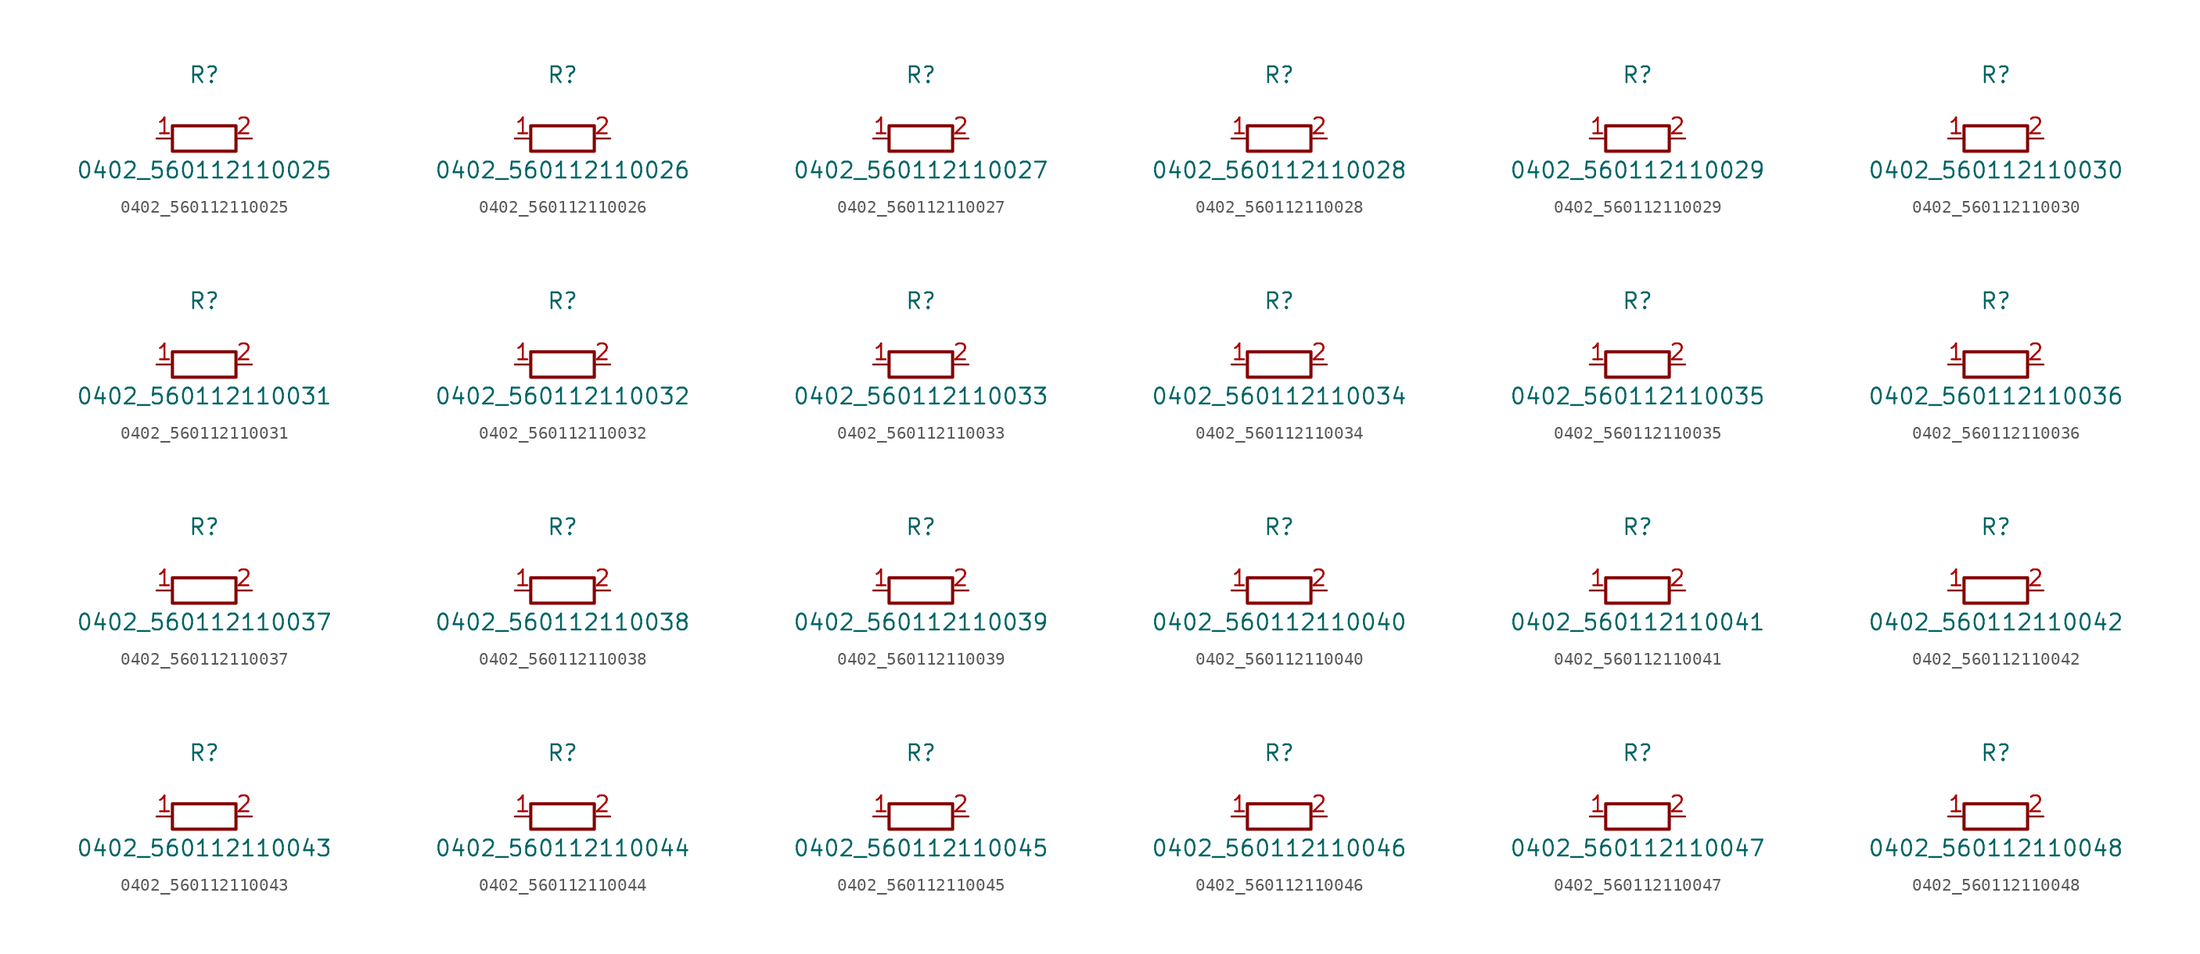
<source format=kicad_sym>
(kicad_symbol_lib
  (version 20220914)
  (generator kicad_symbol_editor)
  (symbol "0402_560112110025"
    (pin_names hide)
    (property "Reference" "R"
      (at 0 5.08 0)
      (effects (font (size 1.27 1.27))))
    (property "Value" "0402_560112110025"
      (at 0 -2.54 0)
      (effects (font (size 1.27 1.27))))
    (symbol "0402_560112110025_0_1"
      (rectangle (start -2.54 -1.016) (end 2.54 1.016) (stroke (width 0.254) (type default)) (fill (type none))))
    (symbol "0402_560112110025_1_1"
      (pin passive line (at -3.81 0 0) (length 1.27) (name "~" (effects (font (size 1.27 1.27)))) (number "1" (effects (font (size 1.27 1.27)))))
      (pin passive line (at 3.81 0 180) (length 1.27) (name "~" (effects (font (size 1.27 1.27)))) (number "2" (effects (font (size 1.27 1.27)))))))
  (symbol "0402_560112110026"
    (pin_names hide)
    (property "Reference" "R"
      (at 0 5.08 0)
      (effects (font (size 1.27 1.27))))
    (property "Value" "0402_560112110026"
      (at 0 -2.54 0)
      (effects (font (size 1.27 1.27))))
    (symbol "0402_560112110026_0_1"
      (rectangle (start -2.54 -1.016) (end 2.54 1.016) (stroke (width 0.254) (type default)) (fill (type none))))
    (symbol "0402_560112110026_1_1"
      (pin passive line (at -3.81 0 0) (length 1.27) (name "~" (effects (font (size 1.27 1.27)))) (number "1" (effects (font (size 1.27 1.27)))))
      (pin passive line (at 3.81 0 180) (length 1.27) (name "~" (effects (font (size 1.27 1.27)))) (number "2" (effects (font (size 1.27 1.27)))))))
  (symbol "0402_560112110027"
    (pin_names hide)
    (property "Reference" "R"
      (at 0 5.08 0)
      (effects (font (size 1.27 1.27))))
    (property "Value" "0402_560112110027"
      (at 0 -2.54 0)
      (effects (font (size 1.27 1.27))))
    (symbol "0402_560112110027_0_1"
      (rectangle (start -2.54 -1.016) (end 2.54 1.016) (stroke (width 0.254) (type default)) (fill (type none))))
    (symbol "0402_560112110027_1_1"
      (pin passive line (at -3.81 0 0) (length 1.27) (name "~" (effects (font (size 1.27 1.27)))) (number "1" (effects (font (size 1.27 1.27)))))
      (pin passive line (at 3.81 0 180) (length 1.27) (name "~" (effects (font (size 1.27 1.27)))) (number "2" (effects (font (size 1.27 1.27)))))))
  (symbol "0402_560112110028"
    (pin_names hide)
    (property "Reference" "R"
      (at 0 5.08 0)
      (effects (font (size 1.27 1.27))))
    (property "Value" "0402_560112110028"
      (at 0 -2.54 0)
      (effects (font (size 1.27 1.27))))
    (symbol "0402_560112110028_0_1"
      (rectangle (start -2.54 -1.016) (end 2.54 1.016) (stroke (width 0.254) (type default)) (fill (type none))))
    (symbol "0402_560112110028_1_1"
      (pin passive line (at -3.81 0 0) (length 1.27) (name "~" (effects (font (size 1.27 1.27)))) (number "1" (effects (font (size 1.27 1.27)))))
      (pin passive line (at 3.81 0 180) (length 1.27) (name "~" (effects (font (size 1.27 1.27)))) (number "2" (effects (font (size 1.27 1.27)))))))
  (symbol "0402_560112110029"
    (pin_names hide)
    (property "Reference" "R"
      (at 0 5.08 0)
      (effects (font (size 1.27 1.27))))
    (property "Value" "0402_560112110029"
      (at 0 -2.54 0)
      (effects (font (size 1.27 1.27))))
    (symbol "0402_560112110029_0_1"
      (rectangle (start -2.54 -1.016) (end 2.54 1.016) (stroke (width 0.254) (type default)) (fill (type none))))
    (symbol "0402_560112110029_1_1"
      (pin passive line (at -3.81 0 0) (length 1.27) (name "~" (effects (font (size 1.27 1.27)))) (number "1" (effects (font (size 1.27 1.27)))))
      (pin passive line (at 3.81 0 180) (length 1.27) (name "~" (effects (font (size 1.27 1.27)))) (number "2" (effects (font (size 1.27 1.27)))))))
  (symbol "0402_560112110030"
    (pin_names hide)
    (property "Reference" "R"
      (at 0 5.08 0)
      (effects (font (size 1.27 1.27))))
    (property "Value" "0402_560112110030"
      (at 0 -2.54 0)
      (effects (font (size 1.27 1.27))))
    (symbol "0402_560112110030_0_1"
      (rectangle (start -2.54 -1.016) (end 2.54 1.016) (stroke (width 0.254) (type default)) (fill (type none))))
    (symbol "0402_560112110030_1_1"
      (pin passive line (at -3.81 0 0) (length 1.27) (name "~" (effects (font (size 1.27 1.27)))) (number "1" (effects (font (size 1.27 1.27)))))
      (pin passive line (at 3.81 0 180) (length 1.27) (name "~" (effects (font (size 1.27 1.27)))) (number "2" (effects (font (size 1.27 1.27)))))))
  (symbol "0402_560112110031"
    (pin_names hide)
    (property "Reference" "R"
      (at 0 5.08 0)
      (effects (font (size 1.27 1.27))))
    (property "Value" "0402_560112110031"
      (at 0 -2.54 0)
      (effects (font (size 1.27 1.27))))
    (symbol "0402_560112110031_0_1"
      (rectangle (start -2.54 -1.016) (end 2.54 1.016) (stroke (width 0.254) (type default)) (fill (type none))))
    (symbol "0402_560112110031_1_1"
      (pin passive line (at -3.81 0 0) (length 1.27) (name "~" (effects (font (size 1.27 1.27)))) (number "1" (effects (font (size 1.27 1.27)))))
      (pin passive line (at 3.81 0 180) (length 1.27) (name "~" (effects (font (size 1.27 1.27)))) (number "2" (effects (font (size 1.27 1.27)))))))
  (symbol "0402_560112110032"
    (pin_names hide)
    (property "Reference" "R"
      (at 0 5.08 0)
      (effects (font (size 1.27 1.27))))
    (property "Value" "0402_560112110032"
      (at 0 -2.54 0)
      (effects (font (size 1.27 1.27))))
    (symbol "0402_560112110032_0_1"
      (rectangle (start -2.54 -1.016) (end 2.54 1.016) (stroke (width 0.254) (type default)) (fill (type none))))
    (symbol "0402_560112110032_1_1"
      (pin passive line (at -3.81 0 0) (length 1.27) (name "~" (effects (font (size 1.27 1.27)))) (number "1" (effects (font (size 1.27 1.27)))))
      (pin passive line (at 3.81 0 180) (length 1.27) (name "~" (effects (font (size 1.27 1.27)))) (number "2" (effects (font (size 1.27 1.27)))))))
  (symbol "0402_560112110033"
    (pin_names hide)
    (property "Reference" "R"
      (at 0 5.08 0)
      (effects (font (size 1.27 1.27))))
    (property "Value" "0402_560112110033"
      (at 0 -2.54 0)
      (effects (font (size 1.27 1.27))))
    (symbol "0402_560112110033_0_1"
      (rectangle (start -2.54 -1.016) (end 2.54 1.016) (stroke (width 0.254) (type default)) (fill (type none))))
    (symbol "0402_560112110033_1_1"
      (pin passive line (at -3.81 0 0) (length 1.27) (name "~" (effects (font (size 1.27 1.27)))) (number "1" (effects (font (size 1.27 1.27)))))
      (pin passive line (at 3.81 0 180) (length 1.27) (name "~" (effects (font (size 1.27 1.27)))) (number "2" (effects (font (size 1.27 1.27)))))))
  (symbol "0402_560112110034"
    (pin_names hide)
    (property "Reference" "R"
      (at 0 5.08 0)
      (effects (font (size 1.27 1.27))))
    (property "Value" "0402_560112110034"
      (at 0 -2.54 0)
      (effects (font (size 1.27 1.27))))
    (symbol "0402_560112110034_0_1"
      (rectangle (start -2.54 -1.016) (end 2.54 1.016) (stroke (width 0.254) (type default)) (fill (type none))))
    (symbol "0402_560112110034_1_1"
      (pin passive line (at -3.81 0 0) (length 1.27) (name "~" (effects (font (size 1.27 1.27)))) (number "1" (effects (font (size 1.27 1.27)))))
      (pin passive line (at 3.81 0 180) (length 1.27) (name "~" (effects (font (size 1.27 1.27)))) (number "2" (effects (font (size 1.27 1.27)))))))
  (symbol "0402_560112110035"
    (pin_names hide)
    (property "Reference" "R"
      (at 0 5.08 0)
      (effects (font (size 1.27 1.27))))
    (property "Value" "0402_560112110035"
      (at 0 -2.54 0)
      (effects (font (size 1.27 1.27))))
    (symbol "0402_560112110035_0_1"
      (rectangle (start -2.54 -1.016) (end 2.54 1.016) (stroke (width 0.254) (type default)) (fill (type none))))
    (symbol "0402_560112110035_1_1"
      (pin passive line (at -3.81 0 0) (length 1.27) (name "~" (effects (font (size 1.27 1.27)))) (number "1" (effects (font (size 1.27 1.27)))))
      (pin passive line (at 3.81 0 180) (length 1.27) (name "~" (effects (font (size 1.27 1.27)))) (number "2" (effects (font (size 1.27 1.27)))))))
  (symbol "0402_560112110036"
    (pin_names hide)
    (property "Reference" "R"
      (at 0 5.08 0)
      (effects (font (size 1.27 1.27))))
    (property "Value" "0402_560112110036"
      (at 0 -2.54 0)
      (effects (font (size 1.27 1.27))))
    (symbol "0402_560112110036_0_1"
      (rectangle (start -2.54 -1.016) (end 2.54 1.016) (stroke (width 0.254) (type default)) (fill (type none))))
    (symbol "0402_560112110036_1_1"
      (pin passive line (at -3.81 0 0) (length 1.27) (name "~" (effects (font (size 1.27 1.27)))) (number "1" (effects (font (size 1.27 1.27)))))
      (pin passive line (at 3.81 0 180) (length 1.27) (name "~" (effects (font (size 1.27 1.27)))) (number "2" (effects (font (size 1.27 1.27)))))))
  (symbol "0402_560112110037"
    (pin_names hide)
    (property "Reference" "R"
      (at 0 5.08 0)
      (effects (font (size 1.27 1.27))))
    (property "Value" "0402_560112110037"
      (at 0 -2.54 0)
      (effects (font (size 1.27 1.27))))
    (symbol "0402_560112110037_0_1"
      (rectangle (start -2.54 -1.016) (end 2.54 1.016) (stroke (width 0.254) (type default)) (fill (type none))))
    (symbol "0402_560112110037_1_1"
      (pin passive line (at -3.81 0 0) (length 1.27) (name "~" (effects (font (size 1.27 1.27)))) (number "1" (effects (font (size 1.27 1.27)))))
      (pin passive line (at 3.81 0 180) (length 1.27) (name "~" (effects (font (size 1.27 1.27)))) (number "2" (effects (font (size 1.27 1.27)))))))
  (symbol "0402_560112110038"
    (pin_names hide)
    (property "Reference" "R"
      (at 0 5.08 0)
      (effects (font (size 1.27 1.27))))
    (property "Value" "0402_560112110038"
      (at 0 -2.54 0)
      (effects (font (size 1.27 1.27))))
    (symbol "0402_560112110038_0_1"
      (rectangle (start -2.54 -1.016) (end 2.54 1.016) (stroke (width 0.254) (type default)) (fill (type none))))
    (symbol "0402_560112110038_1_1"
      (pin passive line (at -3.81 0 0) (length 1.27) (name "~" (effects (font (size 1.27 1.27)))) (number "1" (effects (font (size 1.27 1.27)))))
      (pin passive line (at 3.81 0 180) (length 1.27) (name "~" (effects (font (size 1.27 1.27)))) (number "2" (effects (font (size 1.27 1.27)))))))
  (symbol "0402_560112110039"
    (pin_names hide)
    (property "Reference" "R"
      (at 0 5.08 0)
      (effects (font (size 1.27 1.27))))
    (property "Value" "0402_560112110039"
      (at 0 -2.54 0)
      (effects (font (size 1.27 1.27))))
    (symbol "0402_560112110039_0_1"
      (rectangle (start -2.54 -1.016) (end 2.54 1.016) (stroke (width 0.254) (type default)) (fill (type none))))
    (symbol "0402_560112110039_1_1"
      (pin passive line (at -3.81 0 0) (length 1.27) (name "~" (effects (font (size 1.27 1.27)))) (number "1" (effects (font (size 1.27 1.27)))))
      (pin passive line (at 3.81 0 180) (length 1.27) (name "~" (effects (font (size 1.27 1.27)))) (number "2" (effects (font (size 1.27 1.27)))))))
  (symbol "0402_560112110040"
    (pin_names hide)
    (property "Reference" "R"
      (at 0 5.08 0)
      (effects (font (size 1.27 1.27))))
    (property "Value" "0402_560112110040"
      (at 0 -2.54 0)
      (effects (font (size 1.27 1.27))))
    (symbol "0402_560112110040_0_1"
      (rectangle (start -2.54 -1.016) (end 2.54 1.016) (stroke (width 0.254) (type default)) (fill (type none))))
    (symbol "0402_560112110040_1_1"
      (pin passive line (at -3.81 0 0) (length 1.27) (name "~" (effects (font (size 1.27 1.27)))) (number "1" (effects (font (size 1.27 1.27)))))
      (pin passive line (at 3.81 0 180) (length 1.27) (name "~" (effects (font (size 1.27 1.27)))) (number "2" (effects (font (size 1.27 1.27)))))))
  (symbol "0402_560112110041"
    (pin_names hide)
    (property "Reference" "R"
      (at 0 5.08 0)
      (effects (font (size 1.27 1.27))))
    (property "Value" "0402_560112110041"
      (at 0 -2.54 0)
      (effects (font (size 1.27 1.27))))
    (symbol "0402_560112110041_0_1"
      (rectangle (start -2.54 -1.016) (end 2.54 1.016) (stroke (width 0.254) (type default)) (fill (type none))))
    (symbol "0402_560112110041_1_1"
      (pin passive line (at -3.81 0 0) (length 1.27) (name "~" (effects (font (size 1.27 1.27)))) (number "1" (effects (font (size 1.27 1.27)))))
      (pin passive line (at 3.81 0 180) (length 1.27) (name "~" (effects (font (size 1.27 1.27)))) (number "2" (effects (font (size 1.27 1.27)))))))
  (symbol "0402_560112110042"
    (pin_names hide)
    (property "Reference" "R"
      (at 0 5.08 0)
      (effects (font (size 1.27 1.27))))
    (property "Value" "0402_560112110042"
      (at 0 -2.54 0)
      (effects (font (size 1.27 1.27))))
    (symbol "0402_560112110042_0_1"
      (rectangle (start -2.54 -1.016) (end 2.54 1.016) (stroke (width 0.254) (type default)) (fill (type none))))
    (symbol "0402_560112110042_1_1"
      (pin passive line (at -3.81 0 0) (length 1.27) (name "~" (effects (font (size 1.27 1.27)))) (number "1" (effects (font (size 1.27 1.27)))))
      (pin passive line (at 3.81 0 180) (length 1.27) (name "~" (effects (font (size 1.27 1.27)))) (number "2" (effects (font (size 1.27 1.27)))))))
  (symbol "0402_560112110043"
    (pin_names hide)
    (property "Reference" "R"
      (at 0 5.08 0)
      (effects (font (size 1.27 1.27))))
    (property "Value" "0402_560112110043"
      (at 0 -2.54 0)
      (effects (font (size 1.27 1.27))))
    (symbol "0402_560112110043_0_1"
      (rectangle (start -2.54 -1.016) (end 2.54 1.016) (stroke (width 0.254) (type default)) (fill (type none))))
    (symbol "0402_560112110043_1_1"
      (pin passive line (at -3.81 0 0) (length 1.27) (name "~" (effects (font (size 1.27 1.27)))) (number "1" (effects (font (size 1.27 1.27)))))
      (pin passive line (at 3.81 0 180) (length 1.27) (name "~" (effects (font (size 1.27 1.27)))) (number "2" (effects (font (size 1.27 1.27)))))))
  (symbol "0402_560112110044"
    (pin_names hide)
    (property "Reference" "R"
      (at 0 5.08 0)
      (effects (font (size 1.27 1.27))))
    (property "Value" "0402_560112110044"
      (at 0 -2.54 0)
      (effects (font (size 1.27 1.27))))
    (symbol "0402_560112110044_0_1"
      (rectangle (start -2.54 -1.016) (end 2.54 1.016) (stroke (width 0.254) (type default)) (fill (type none))))
    (symbol "0402_560112110044_1_1"
      (pin passive line (at -3.81 0 0) (length 1.27) (name "~" (effects (font (size 1.27 1.27)))) (number "1" (effects (font (size 1.27 1.27)))))
      (pin passive line (at 3.81 0 180) (length 1.27) (name "~" (effects (font (size 1.27 1.27)))) (number "2" (effects (font (size 1.27 1.27)))))))
  (symbol "0402_560112110045"
    (pin_names hide)
    (property "Reference" "R"
      (at 0 5.08 0)
      (effects (font (size 1.27 1.27))))
    (property "Value" "0402_560112110045"
      (at 0 -2.54 0)
      (effects (font (size 1.27 1.27))))
    (symbol "0402_560112110045_0_1"
      (rectangle (start -2.54 -1.016) (end 2.54 1.016) (stroke (width 0.254) (type default)) (fill (type none))))
    (symbol "0402_560112110045_1_1"
      (pin passive line (at -3.81 0 0) (length 1.27) (name "~" (effects (font (size 1.27 1.27)))) (number "1" (effects (font (size 1.27 1.27)))))
      (pin passive line (at 3.81 0 180) (length 1.27) (name "~" (effects (font (size 1.27 1.27)))) (number "2" (effects (font (size 1.27 1.27)))))))
  (symbol "0402_560112110046"
    (pin_names hide)
    (property "Reference" "R"
      (at 0 5.08 0)
      (effects (font (size 1.27 1.27))))
    (property "Value" "0402_560112110046"
      (at 0 -2.54 0)
      (effects (font (size 1.27 1.27))))
    (symbol "0402_560112110046_0_1"
      (rectangle (start -2.54 -1.016) (end 2.54 1.016) (stroke (width 0.254) (type default)) (fill (type none))))
    (symbol "0402_560112110046_1_1"
      (pin passive line (at -3.81 0 0) (length 1.27) (name "~" (effects (font (size 1.27 1.27)))) (number "1" (effects (font (size 1.27 1.27)))))
      (pin passive line (at 3.81 0 180) (length 1.27) (name "~" (effects (font (size 1.27 1.27)))) (number "2" (effects (font (size 1.27 1.27)))))))
  (symbol "0402_560112110047"
    (pin_names hide)
    (property "Reference" "R"
      (at 0 5.08 0)
      (effects (font (size 1.27 1.27))))
    (property "Value" "0402_560112110047"
      (at 0 -2.54 0)
      (effects (font (size 1.27 1.27))))
    (symbol "0402_560112110047_0_1"
      (rectangle (start -2.54 -1.016) (end 2.54 1.016) (stroke (width 0.254) (type default)) (fill (type none))))
    (symbol "0402_560112110047_1_1"
      (pin passive line (at -3.81 0 0) (length 1.27) (name "~" (effects (font (size 1.27 1.27)))) (number "1" (effects (font (size 1.27 1.27)))))
      (pin passive line (at 3.81 0 180) (length 1.27) (name "~" (effects (font (size 1.27 1.27)))) (number "2" (effects (font (size 1.27 1.27)))))))
  (symbol "0402_560112110048"
    (pin_names hide)
    (property "Reference" "R"
      (at 0 5.08 0)
      (effects (font (size 1.27 1.27))))
    (property "Value" "0402_560112110048"
      (at 0 -2.54 0)
      (effects (font (size 1.27 1.27))))
    (symbol "0402_560112110048_0_1"
      (rectangle (start -2.54 -1.016) (end 2.54 1.016) (stroke (width 0.254) (type default)) (fill (type none))))
    (symbol "0402_560112110048_1_1"
      (pin passive line (at -3.81 0 0) (length 1.27) (name "~" (effects (font (size 1.27 1.27)))) (number "1" (effects (font (size 1.27 1.27)))))
      (pin passive line (at 3.81 0 180) (length 1.27) (name "~" (effects (font (size 1.27 1.27)))) (number "2" (effects (font (size 1.27 1.27))))))))
</source>
